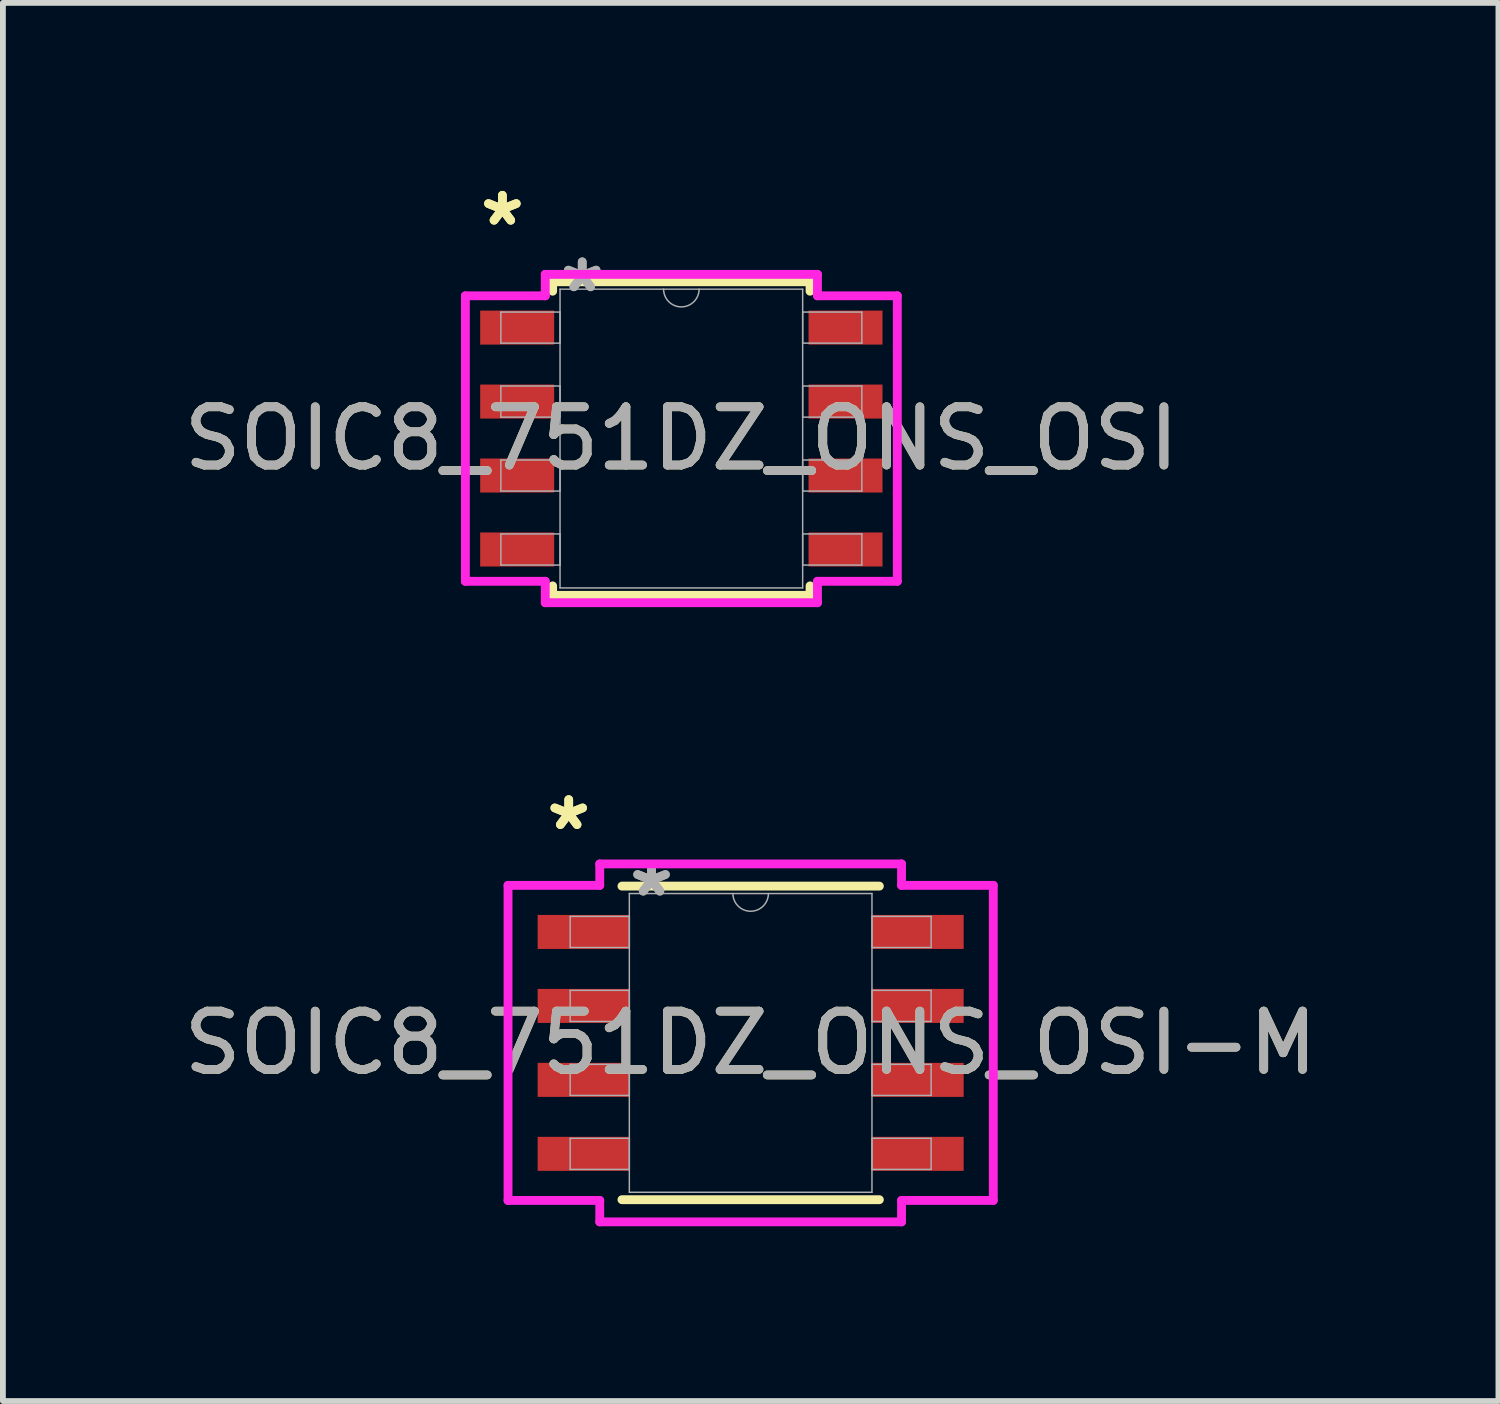
<source format=kicad_pcb>
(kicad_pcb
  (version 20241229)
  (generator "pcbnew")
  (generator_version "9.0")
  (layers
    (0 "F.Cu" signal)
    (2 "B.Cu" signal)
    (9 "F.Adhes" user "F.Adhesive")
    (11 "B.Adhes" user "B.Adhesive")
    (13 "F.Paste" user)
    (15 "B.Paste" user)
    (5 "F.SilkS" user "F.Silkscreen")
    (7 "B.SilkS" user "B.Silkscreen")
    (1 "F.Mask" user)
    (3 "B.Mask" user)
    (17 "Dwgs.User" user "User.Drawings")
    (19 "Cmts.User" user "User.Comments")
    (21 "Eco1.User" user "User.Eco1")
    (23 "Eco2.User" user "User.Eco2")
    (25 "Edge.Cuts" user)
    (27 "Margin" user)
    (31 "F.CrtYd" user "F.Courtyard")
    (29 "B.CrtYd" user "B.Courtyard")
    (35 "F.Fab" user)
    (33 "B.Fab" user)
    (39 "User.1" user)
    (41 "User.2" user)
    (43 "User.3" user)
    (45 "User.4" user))
  (footprint "SOIC8_751DZ_ONS_OSI"
    (layer "F.Cu")
    (at 8.649 4.48)
    (property "Reference" "SOIC8_751DZ_ONS_OSI" (at 0 0 0) (unlocked yes) (layer "F.SilkS") (effects (font (size 1 1) (thickness 0.15))))
    (attr smd)
    (fp_line (start -2.21 -2.692) (end -2.21 -2.53) (stroke (width 0.152) (type solid)) (layer "F.SilkS"))
    (fp_line (start -2.21 2.53) (end -2.21 2.692) (stroke (width 0.152) (type solid)) (layer "F.SilkS"))
    (fp_line (start -2.21 2.692) (end 2.21 2.692) (stroke (width 0.152) (type solid)) (layer "F.SilkS"))
    (fp_line (start 2.21 -2.692) (end -2.21 -2.692) (stroke (width 0.152) (type solid)) (layer "F.SilkS"))
    (fp_line (start 2.21 -2.53) (end 2.21 -2.692) (stroke (width 0.152) (type solid)) (layer "F.SilkS"))
    (fp_line (start 2.21 2.692) (end 2.21 2.53) (stroke (width 0.152) (type solid)) (layer "F.SilkS"))
    (fp_line (start -3.708 -2.451) (end -2.337 -2.451) (stroke (width 0.152) (type solid)) (layer "F.CrtYd"))
    (fp_line (start -3.708 2.451) (end -3.708 -2.451) (stroke (width 0.152) (type solid)) (layer "F.CrtYd"))
    (fp_line (start -3.708 2.451) (end -2.337 2.451) (stroke (width 0.152) (type solid)) (layer "F.CrtYd"))
    (fp_line (start -2.337 -2.819) (end 2.337 -2.819) (stroke (width 0.152) (type solid)) (layer "F.CrtYd"))
    (fp_line (start -2.337 -2.451) (end -2.337 -2.819) (stroke (width 0.152) (type solid)) (layer "F.CrtYd"))
    (fp_line (start -2.337 2.819) (end -2.337 2.451) (stroke (width 0.152) (type solid)) (layer "F.CrtYd"))
    (fp_line (start 2.337 -2.819) (end 2.337 -2.451) (stroke (width 0.152) (type solid)) (layer "F.CrtYd"))
    (fp_line (start 2.337 2.451) (end 2.337 2.819) (stroke (width 0.152) (type solid)) (layer "F.CrtYd"))
    (fp_line (start 2.337 2.819) (end -2.337 2.819) (stroke (width 0.152) (type solid)) (layer "F.CrtYd"))
    (fp_line (start 3.708 -2.451) (end 2.337 -2.451) (stroke (width 0.152) (type solid)) (layer "F.CrtYd"))
    (fp_line (start 3.708 -2.451) (end 3.708 2.451) (stroke (width 0.152) (type solid)) (layer "F.CrtYd"))
    (fp_line (start 3.708 2.451) (end 2.337 2.451) (stroke (width 0.152) (type solid)) (layer "F.CrtYd"))
    (fp_line (start -3.099 -2.172) (end -3.099 -1.638) (stroke (width 0.025) (type solid)) (layer "F.Fab"))
    (fp_line (start -3.099 -1.638) (end -2.083 -1.638) (stroke (width 0.025) (type solid)) (layer "F.Fab"))
    (fp_line (start -3.099 -0.902) (end -3.099 -0.368) (stroke (width 0.025) (type solid)) (layer "F.Fab"))
    (fp_line (start -3.099 -0.368) (end -2.083 -0.368) (stroke (width 0.025) (type solid)) (layer "F.Fab"))
    (fp_line (start -3.099 0.368) (end -3.099 0.902) (stroke (width 0.025) (type solid)) (layer "F.Fab"))
    (fp_line (start -3.099 0.902) (end -2.083 0.902) (stroke (width 0.025) (type solid)) (layer "F.Fab"))
    (fp_line (start -3.099 1.638) (end -3.099 2.172) (stroke (width 0.025) (type solid)) (layer "F.Fab"))
    (fp_line (start -3.099 2.172) (end -2.083 2.172) (stroke (width 0.025) (type solid)) (layer "F.Fab"))
    (fp_line (start -2.083 -2.565) (end -2.083 2.565) (stroke (width 0.025) (type solid)) (layer "F.Fab"))
    (fp_line (start -2.083 -2.172) (end -3.099 -2.172) (stroke (width 0.025) (type solid)) (layer "F.Fab"))
    (fp_line (start -2.083 -1.638) (end -2.083 -2.172) (stroke (width 0.025) (type solid)) (layer "F.Fab"))
    (fp_line (start -2.083 -0.902) (end -3.099 -0.902) (stroke (width 0.025) (type solid)) (layer "F.Fab"))
    (fp_line (start -2.083 -0.368) (end -2.083 -0.902) (stroke (width 0.025) (type solid)) (layer "F.Fab"))
    (fp_line (start -2.083 0.368) (end -3.099 0.368) (stroke (width 0.025) (type solid)) (layer "F.Fab"))
    (fp_line (start -2.083 0.902) (end -2.083 0.368) (stroke (width 0.025) (type solid)) (layer "F.Fab"))
    (fp_line (start -2.083 1.638) (end -3.099 1.638) (stroke (width 0.025) (type solid)) (layer "F.Fab"))
    (fp_line (start -2.083 2.172) (end -2.083 1.638) (stroke (width 0.025) (type solid)) (layer "F.Fab"))
    (fp_line (start -2.083 2.565) (end 2.083 2.565) (stroke (width 0.025) (type solid)) (layer "F.Fab"))
    (fp_line (start 2.083 -2.565) (end -2.083 -2.565) (stroke (width 0.025) (type solid)) (layer "F.Fab"))
    (fp_line (start 2.083 -2.172) (end 2.083 -1.638) (stroke (width 0.025) (type solid)) (layer "F.Fab"))
    (fp_line (start 2.083 -1.638) (end 3.099 -1.638) (stroke (width 0.025) (type solid)) (layer "F.Fab"))
    (fp_line (start 2.083 -0.902) (end 2.083 -0.368) (stroke (width 0.025) (type solid)) (layer "F.Fab"))
    (fp_line (start 2.083 -0.368) (end 3.099 -0.368) (stroke (width 0.025) (type solid)) (layer "F.Fab"))
    (fp_line (start 2.083 0.368) (end 2.083 0.902) (stroke (width 0.025) (type solid)) (layer "F.Fab"))
    (fp_line (start 2.083 0.902) (end 3.099 0.902) (stroke (width 0.025) (type solid)) (layer "F.Fab"))
    (fp_line (start 2.083 1.638) (end 2.083 2.172) (stroke (width 0.025) (type solid)) (layer "F.Fab"))
    (fp_line (start 2.083 2.172) (end 3.099 2.172) (stroke (width 0.025) (type solid)) (layer "F.Fab"))
    (fp_line (start 2.083 2.565) (end 2.083 -2.565) (stroke (width 0.025) (type solid)) (layer "F.Fab"))
    (fp_line (start 3.099 -2.172) (end 2.083 -2.172) (stroke (width 0.025) (type solid)) (layer "F.Fab"))
    (fp_line (start 3.099 -1.638) (end 3.099 -2.172) (stroke (width 0.025) (type solid)) (layer "F.Fab"))
    (fp_line (start 3.099 -0.902) (end 2.083 -0.902) (stroke (width 0.025) (type solid)) (layer "F.Fab"))
    (fp_line (start 3.099 -0.368) (end 3.099 -0.902) (stroke (width 0.025) (type solid)) (layer "F.Fab"))
    (fp_line (start 3.099 0.368) (end 2.083 0.368) (stroke (width 0.025) (type solid)) (layer "F.Fab"))
    (fp_line (start 3.099 0.902) (end 3.099 0.368) (stroke (width 0.025) (type solid)) (layer "F.Fab"))
    (fp_line (start 3.099 1.638) (end 2.083 1.638) (stroke (width 0.025) (type solid)) (layer "F.Fab"))
    (fp_line (start 3.099 2.172) (end 3.099 1.638) (stroke (width 0.025) (type solid)) (layer "F.Fab"))
    (fp_arc (start 0.3048 -2.5654) (mid 0 -2.2606) (end -0.3048 -2.5654) (stroke (width 0.0254) (type solid)) (layer "F.Fab"))
    (fp_text user "*" (at -3.073 -3.632 0) (unlocked yes) (layer "F.SilkS") (effects (font (size 1 1) (thickness 0.15))))
    (fp_text user "*" (at -3.073 -3.632 0) (layer "F.SilkS") (effects (font (size 1 1) (thickness 0.15))))
    (fp_text user "*" (at -1.702 -2.489 0) (unlocked yes) (layer "F.Fab") (effects (font (size 1 1) (thickness 0.15))))
    (fp_text user "*" (at -1.702 -2.489 0) (layer "F.Fab") (effects (font (size 1 1) (thickness 0.15))))
    (fp_text user "${REFERENCE}" (at 0 0 0) (unlocked yes) (layer "F.Fab") (effects (font (size 1 1) (thickness 0.15))))
    (pad "1" smd rect (at -2.819 -1.905) (size 1.27 0.584) (layers "F.Cu" "F.Mask" "F.Paste"))
    (pad "2" smd rect (at -2.819 -0.635) (size 1.27 0.584) (layers "F.Cu" "F.Mask" "F.Paste"))
    (pad "3" smd rect (at -2.819 0.635) (size 1.27 0.584) (layers "F.Cu" "F.Mask" "F.Paste"))
    (pad "4" smd rect (at -2.819 1.905) (size 1.27 0.584) (layers "F.Cu" "F.Mask" "F.Paste"))
    (pad "5" smd rect (at 2.819 1.905) (size 1.27 0.584) (layers "F.Cu" "F.Mask" "F.Paste"))
    (pad "6" smd rect (at 2.819 0.635) (size 1.27 0.584) (layers "F.Cu" "F.Mask" "F.Paste"))
    (pad "7" smd rect (at 2.819 -0.635) (size 1.27 0.584) (layers "F.Cu" "F.Mask" "F.Paste"))
    (pad "8" smd rect (at 2.819 -1.905) (size 1.27 0.584) (layers "F.Cu" "F.Mask" "F.Paste")))
  (footprint "SOIC8_751DZ_ONS_OSI-M"
    (layer "F.Cu")
    (at 9.839 14.857)
    (property "Reference" "SOIC8_751DZ_ONS_OSI-M" (at 0 0 0) (unlocked yes) (layer "F.SilkS") (effects (font (size 1 1) (thickness 0.15))))
    (attr smd)
    (fp_line (start -2.21 2.692) (end 2.21 2.692) (stroke (width 0.152) (type solid)) (layer "F.SilkS"))
    (fp_line (start 2.21 -2.692) (end -2.21 -2.692) (stroke (width 0.152) (type solid)) (layer "F.SilkS"))
    (fp_line (start -4.166 -2.705) (end -2.591 -2.705) (stroke (width 0.152) (type solid)) (layer "F.CrtYd"))
    (fp_line (start -4.166 2.705) (end -4.166 -2.705) (stroke (width 0.152) (type solid)) (layer "F.CrtYd"))
    (fp_line (start -4.166 2.705) (end -2.591 2.705) (stroke (width 0.152) (type solid)) (layer "F.CrtYd"))
    (fp_line (start -2.591 -3.073) (end 2.591 -3.073) (stroke (width 0.152) (type solid)) (layer "F.CrtYd"))
    (fp_line (start -2.591 -2.705) (end -2.591 -3.073) (stroke (width 0.152) (type solid)) (layer "F.CrtYd"))
    (fp_line (start -2.591 3.073) (end -2.591 2.705) (stroke (width 0.152) (type solid)) (layer "F.CrtYd"))
    (fp_line (start 2.591 -3.073) (end 2.591 -2.705) (stroke (width 0.152) (type solid)) (layer "F.CrtYd"))
    (fp_line (start 2.591 2.705) (end 2.591 3.073) (stroke (width 0.152) (type solid)) (layer "F.CrtYd"))
    (fp_line (start 2.591 3.073) (end -2.591 3.073) (stroke (width 0.152) (type solid)) (layer "F.CrtYd"))
    (fp_line (start 4.166 -2.705) (end 2.591 -2.705) (stroke (width 0.152) (type solid)) (layer "F.CrtYd"))
    (fp_line (start 4.166 -2.705) (end 4.166 2.705) (stroke (width 0.152) (type solid)) (layer "F.CrtYd"))
    (fp_line (start 4.166 2.705) (end 2.591 2.705) (stroke (width 0.152) (type solid)) (layer "F.CrtYd"))
    (fp_line (start -3.099 -2.172) (end -3.099 -1.638) (stroke (width 0.025) (type solid)) (layer "F.Fab"))
    (fp_line (start -3.099 -1.638) (end -2.083 -1.638) (stroke (width 0.025) (type solid)) (layer "F.Fab"))
    (fp_line (start -3.099 -0.902) (end -3.099 -0.368) (stroke (width 0.025) (type solid)) (layer "F.Fab"))
    (fp_line (start -3.099 -0.368) (end -2.083 -0.368) (stroke (width 0.025) (type solid)) (layer "F.Fab"))
    (fp_line (start -3.099 0.368) (end -3.099 0.902) (stroke (width 0.025) (type solid)) (layer "F.Fab"))
    (fp_line (start -3.099 0.902) (end -2.083 0.902) (stroke (width 0.025) (type solid)) (layer "F.Fab"))
    (fp_line (start -3.099 1.638) (end -3.099 2.172) (stroke (width 0.025) (type solid)) (layer "F.Fab"))
    (fp_line (start -3.099 2.172) (end -2.083 2.172) (stroke (width 0.025) (type solid)) (layer "F.Fab"))
    (fp_line (start -2.083 -2.565) (end -2.083 2.565) (stroke (width 0.025) (type solid)) (layer "F.Fab"))
    (fp_line (start -2.083 -2.172) (end -3.099 -2.172) (stroke (width 0.025) (type solid)) (layer "F.Fab"))
    (fp_line (start -2.083 -1.638) (end -2.083 -2.172) (stroke (width 0.025) (type solid)) (layer "F.Fab"))
    (fp_line (start -2.083 -0.902) (end -3.099 -0.902) (stroke (width 0.025) (type solid)) (layer "F.Fab"))
    (fp_line (start -2.083 -0.368) (end -2.083 -0.902) (stroke (width 0.025) (type solid)) (layer "F.Fab"))
    (fp_line (start -2.083 0.368) (end -3.099 0.368) (stroke (width 0.025) (type solid)) (layer "F.Fab"))
    (fp_line (start -2.083 0.902) (end -2.083 0.368) (stroke (width 0.025) (type solid)) (layer "F.Fab"))
    (fp_line (start -2.083 1.638) (end -3.099 1.638) (stroke (width 0.025) (type solid)) (layer "F.Fab"))
    (fp_line (start -2.083 2.172) (end -2.083 1.638) (stroke (width 0.025) (type solid)) (layer "F.Fab"))
    (fp_line (start -2.083 2.565) (end 2.083 2.565) (stroke (width 0.025) (type solid)) (layer "F.Fab"))
    (fp_line (start 2.083 -2.565) (end -2.083 -2.565) (stroke (width 0.025) (type solid)) (layer "F.Fab"))
    (fp_line (start 2.083 -2.172) (end 2.083 -1.638) (stroke (width 0.025) (type solid)) (layer "F.Fab"))
    (fp_line (start 2.083 -1.638) (end 3.099 -1.638) (stroke (width 0.025) (type solid)) (layer "F.Fab"))
    (fp_line (start 2.083 -0.902) (end 2.083 -0.368) (stroke (width 0.025) (type solid)) (layer "F.Fab"))
    (fp_line (start 2.083 -0.368) (end 3.099 -0.368) (stroke (width 0.025) (type solid)) (layer "F.Fab"))
    (fp_line (start 2.083 0.368) (end 2.083 0.902) (stroke (width 0.025) (type solid)) (layer "F.Fab"))
    (fp_line (start 2.083 0.902) (end 3.099 0.902) (stroke (width 0.025) (type solid)) (layer "F.Fab"))
    (fp_line (start 2.083 1.638) (end 2.083 2.172) (stroke (width 0.025) (type solid)) (layer "F.Fab"))
    (fp_line (start 2.083 2.172) (end 3.099 2.172) (stroke (width 0.025) (type solid)) (layer "F.Fab"))
    (fp_line (start 2.083 2.565) (end 2.083 -2.565) (stroke (width 0.025) (type solid)) (layer "F.Fab"))
    (fp_line (start 3.099 -2.172) (end 2.083 -2.172) (stroke (width 0.025) (type solid)) (layer "F.Fab"))
    (fp_line (start 3.099 -1.638) (end 3.099 -2.172) (stroke (width 0.025) (type solid)) (layer "F.Fab"))
    (fp_line (start 3.099 -0.902) (end 2.083 -0.902) (stroke (width 0.025) (type solid)) (layer "F.Fab"))
    (fp_line (start 3.099 -0.368) (end 3.099 -0.902) (stroke (width 0.025) (type solid)) (layer "F.Fab"))
    (fp_line (start 3.099 0.368) (end 2.083 0.368) (stroke (width 0.025) (type solid)) (layer "F.Fab"))
    (fp_line (start 3.099 0.902) (end 3.099 0.368) (stroke (width 0.025) (type solid)) (layer "F.Fab"))
    (fp_line (start 3.099 1.638) (end 2.083 1.638) (stroke (width 0.025) (type solid)) (layer "F.Fab"))
    (fp_line (start 3.099 2.172) (end 3.099 1.638) (stroke (width 0.025) (type solid)) (layer "F.Fab"))
    (fp_arc (start 0.3048 -2.5654) (mid 0 -2.2606) (end -0.3048 -2.5654) (stroke (width 0.0254) (type solid)) (layer "F.Fab"))
    (fp_text user "*" (at -3.124 -3.632 0) (unlocked yes) (layer "F.SilkS") (effects (font (size 1 1) (thickness 0.15))))
    (fp_text user "*" (at -3.124 -3.632 0) (layer "F.SilkS") (effects (font (size 1 1) (thickness 0.15))))
    (fp_text user "${REFERENCE}" (at 0 0 0) (unlocked yes) (layer "F.Fab") (effects (font (size 1 1) (thickness 0.15))))
    (fp_text user "*" (at -1.702 -2.489 0) (layer "F.Fab") (effects (font (size 1 1) (thickness 0.15))))
    (fp_text user "*" (at -1.702 -2.489 0) (unlocked yes) (layer "F.Fab") (effects (font (size 1 1) (thickness 0.15))))
    (pad "1" smd rect (at -2.87 -1.905) (size 1.575 0.584) (layers "F.Cu" "F.Mask" "F.Paste"))
    (pad "2" smd rect (at -2.87 -0.635) (size 1.575 0.584) (layers "F.Cu" "F.Mask" "F.Paste"))
    (pad "3" smd rect (at -2.87 0.635) (size 1.575 0.584) (layers "F.Cu" "F.Mask" "F.Paste"))
    (pad "4" smd rect (at -2.87 1.905) (size 1.575 0.584) (layers "F.Cu" "F.Mask" "F.Paste"))
    (pad "5" smd rect (at 2.87 1.905) (size 1.575 0.584) (layers "F.Cu" "F.Mask" "F.Paste"))
    (pad "6" smd rect (at 2.87 0.635) (size 1.575 0.584) (layers "F.Cu" "F.Mask" "F.Paste"))
    (pad "7" smd rect (at 2.87 -0.635) (size 1.575 0.584) (layers "F.Cu" "F.Mask" "F.Paste"))
    (pad "8" smd rect (at 2.87 -1.905) (size 1.575 0.584) (layers "F.Cu" "F.Mask" "F.Paste")))
  (gr_rect
    (start -3 -3)
    (end 22.679 21.006)
    (stroke (width 0.1) (type default))
    (fill no)
    (layer "Edge.Cuts")))
</source>
